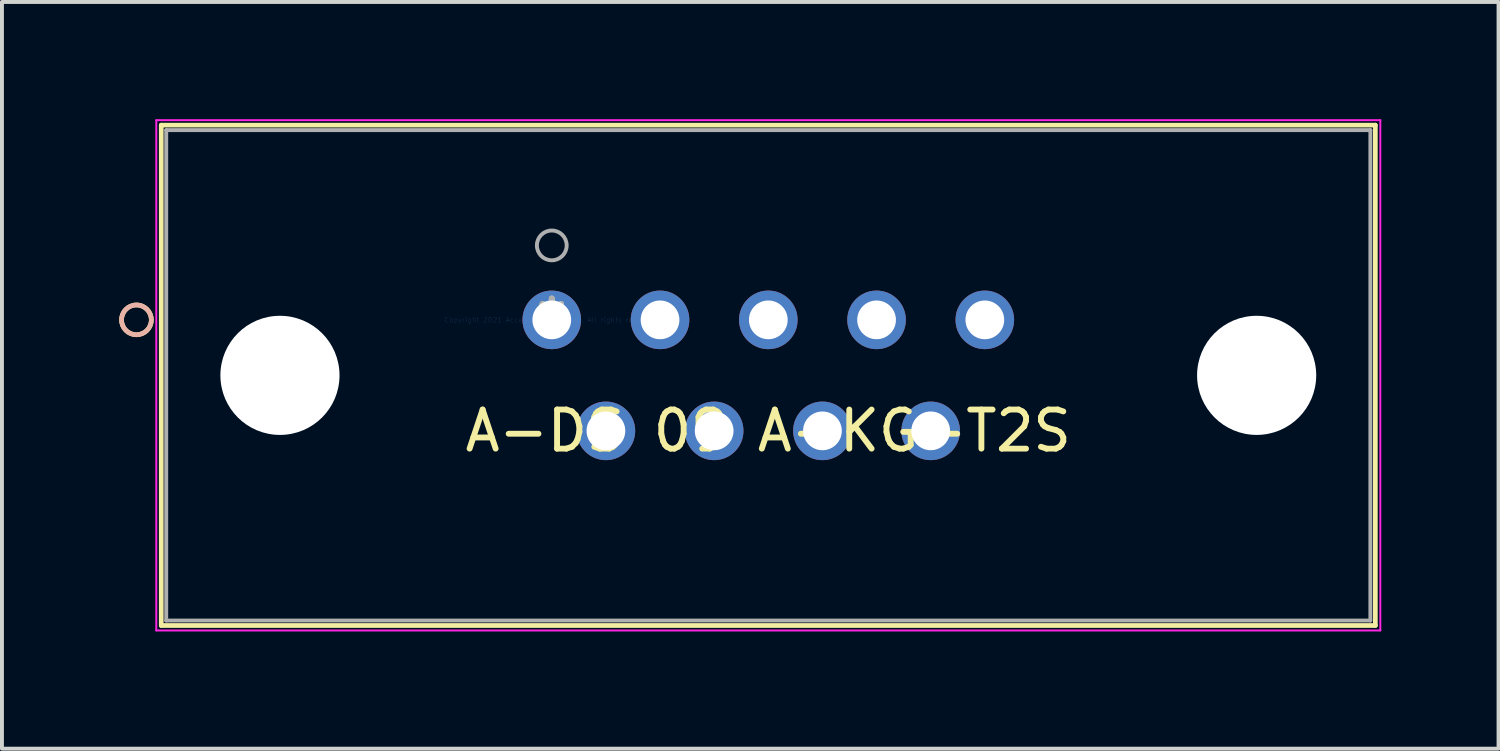
<source format=kicad_pcb>
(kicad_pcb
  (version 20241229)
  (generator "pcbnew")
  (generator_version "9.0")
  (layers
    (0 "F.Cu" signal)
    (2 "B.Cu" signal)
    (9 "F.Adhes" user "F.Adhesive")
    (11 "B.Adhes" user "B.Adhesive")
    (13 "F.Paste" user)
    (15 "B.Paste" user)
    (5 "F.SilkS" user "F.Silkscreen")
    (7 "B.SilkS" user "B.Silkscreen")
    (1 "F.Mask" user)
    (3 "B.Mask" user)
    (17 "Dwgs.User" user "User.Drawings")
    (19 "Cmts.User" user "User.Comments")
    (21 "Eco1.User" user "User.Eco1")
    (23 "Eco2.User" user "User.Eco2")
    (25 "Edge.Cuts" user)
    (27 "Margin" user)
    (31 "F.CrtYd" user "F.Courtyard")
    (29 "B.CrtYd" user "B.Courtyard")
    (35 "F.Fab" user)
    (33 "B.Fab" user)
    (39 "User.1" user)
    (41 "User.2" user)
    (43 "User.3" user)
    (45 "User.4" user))
  (footprint "A-DS 09 A-KG-T2S"
    (layer "F.Cu")
    (at 11.068 5.134)
    (property "Reference" "A-DS 09 A-KG-T2S" (at 5.54 2.84 0) (layer "F.SilkS") (effects (font (size 1 1) (thickness 0.15))))
    (attr through_hole)
    (fp_line (start -9.992 -4.982) (end -9.992 7.82) (stroke (width 0.12) (type solid)) (layer "F.SilkS"))
    (fp_line (start -9.992 7.82) (end 21.072 7.82) (stroke (width 0.12) (type solid)) (layer "F.SilkS"))
    (fp_line (start 21.072 -4.982) (end -9.992 -4.982) (stroke (width 0.12) (type solid)) (layer "F.SilkS"))
    (fp_line (start 21.072 7.82) (end 21.072 -4.982) (stroke (width 0.12) (type solid)) (layer "F.SilkS"))
    (fp_circle (center -10.627 0) (end -10.246 0) (stroke (width 0.12) (type solid)) (fill no) (layer "F.SilkS"))
    (fp_circle (center -10.627 0) (end -10.246 0) (stroke (width 0.12) (type solid)) (fill no) (layer "B.SilkS"))
    (fp_line (start -10.119 -5.109) (end -10.119 7.947) (stroke (width 0.05) (type solid)) (layer "F.CrtYd"))
    (fp_line (start -10.119 7.947) (end 21.199 7.947) (stroke (width 0.05) (type solid)) (layer "F.CrtYd"))
    (fp_line (start 21.199 -5.109) (end -10.119 -5.109) (stroke (width 0.05) (type solid)) (layer "F.CrtYd"))
    (fp_line (start 21.199 7.947) (end 21.199 -5.109) (stroke (width 0.05) (type solid)) (layer "F.CrtYd"))
    (fp_line (start -9.865 -4.855) (end -9.865 7.693) (stroke (width 0.1) (type solid)) (layer "F.Fab"))
    (fp_line (start -9.865 7.693) (end 20.945 7.693) (stroke (width 0.1) (type solid)) (layer "F.Fab"))
    (fp_line (start 20.945 -4.855) (end -9.865 -4.855) (stroke (width 0.1) (type solid)) (layer "F.Fab"))
    (fp_line (start 20.945 7.693) (end 20.945 -4.855) (stroke (width 0.1) (type solid)) (layer "F.Fab"))
    (fp_circle (center 0 -1.905) (end 0.381 -1.905) (stroke (width 0.1) (type solid)) (fill no) (layer "F.Fab"))
    (fp_text user "*" (at 0 0 0) (layer "F.SilkS") (effects (font (size 1 1) (thickness 0.15))))
    (fp_text user "Copyright 2021 Accelerated Designs. All rights reserved." (at 0 0 0) (layer "Cmts.User") (effects (font (size 0.127 0.127) (thickness 0.002))))
    (fp_text user "*" (at 0 0 0) (layer "F.Fab") (effects (font (size 1 1) (thickness 0.15))))
    (pad "" np_thru_hole circle (at -6.955 1.42) (size 3.048 3.048) (drill 3.048) (layers "*.Cu" "*.Mask"))
    (pad "" np_thru_hole circle (at 18.035 1.42) (size 3.048 3.048) (drill 3.048) (layers "*.Cu" "*.Mask"))
    (pad "1" thru_hole circle (at 0 0) (size 1.499 1.499) (drill 0.991) (layers "*.Cu" "*.Mask"))
    (pad "2" thru_hole circle (at 1.385 2.84) (size 1.499 1.499) (drill 0.991) (layers "*.Cu" "*.Mask"))
    (pad "3" thru_hole circle (at 2.77 0) (size 1.499 1.499) (drill 0.991) (layers "*.Cu" "*.Mask"))
    (pad "4" thru_hole circle (at 4.155 2.84) (size 1.499 1.499) (drill 0.991) (layers "*.Cu" "*.Mask"))
    (pad "5" thru_hole circle (at 5.54 0) (size 1.499 1.499) (drill 0.991) (layers "*.Cu" "*.Mask"))
    (pad "6" thru_hole circle (at 6.925 2.84) (size 1.499 1.499) (drill 0.991) (layers "*.Cu" "*.Mask"))
    (pad "7" thru_hole circle (at 8.31 0) (size 1.499 1.499) (drill 0.991) (layers "*.Cu" "*.Mask"))
    (pad "8" thru_hole circle (at 9.695 2.84) (size 1.499 1.499) (drill 0.991) (layers "*.Cu" "*.Mask"))
    (pad "9" thru_hole circle (at 11.08 0) (size 1.499 1.499) (drill 0.991) (layers "*.Cu" "*.Mask")))
  (gr_rect
    (start -3 -3)
    (end 35.292 16.106)
    (stroke (width 0.1) (type default))
    (fill no)
    (layer "Edge.Cuts")))
</source>
